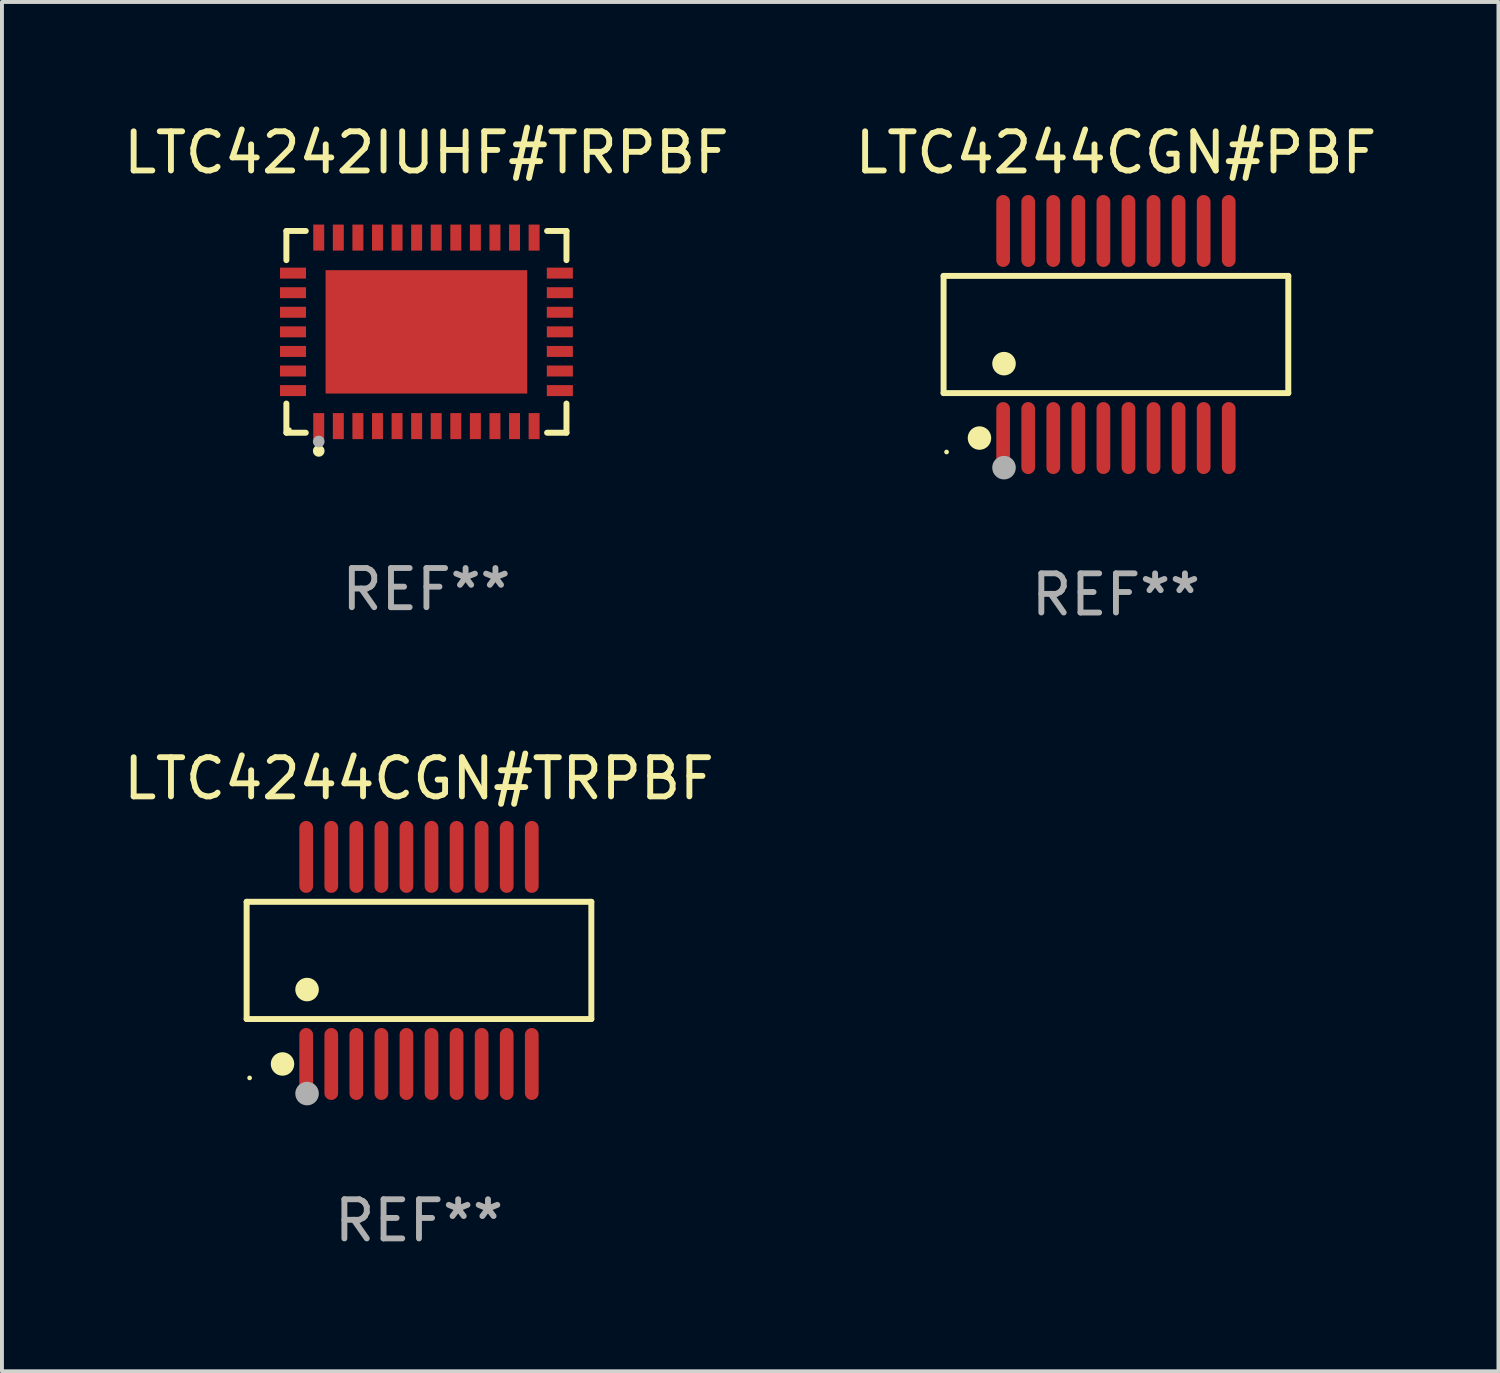
<source format=kicad_pcb>
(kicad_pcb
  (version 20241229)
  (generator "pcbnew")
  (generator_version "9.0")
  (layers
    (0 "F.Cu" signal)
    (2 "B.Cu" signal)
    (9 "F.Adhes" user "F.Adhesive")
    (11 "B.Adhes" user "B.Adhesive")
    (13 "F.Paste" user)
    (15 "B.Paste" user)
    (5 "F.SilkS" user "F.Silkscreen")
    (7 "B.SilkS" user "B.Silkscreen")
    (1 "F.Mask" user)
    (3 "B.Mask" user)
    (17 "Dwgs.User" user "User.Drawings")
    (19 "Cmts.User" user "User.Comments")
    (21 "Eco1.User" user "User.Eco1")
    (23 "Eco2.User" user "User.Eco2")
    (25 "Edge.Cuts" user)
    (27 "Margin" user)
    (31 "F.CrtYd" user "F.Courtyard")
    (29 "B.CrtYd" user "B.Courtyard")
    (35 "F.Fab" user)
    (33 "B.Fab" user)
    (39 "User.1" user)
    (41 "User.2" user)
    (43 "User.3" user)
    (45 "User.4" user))
  (footprint "LTC4242IUHF#TRPBF"
    (layer "F.Cu")
    (at 7.839 5.424)
    (property "Reference" "LTC4242IUHF#TRPBF" (at 0 -4.576 0) (layer "F.SilkS") (effects (font (size 1 1) (thickness 0.15))))
    (attr through_hole)
    (fp_line (start -3.576 -2.576) (end -3.081 -2.576) (stroke (width 0.152) (type solid)) (layer "F.SilkS"))
    (fp_line (start -3.576 -1.831) (end -3.576 -2.576) (stroke (width 0.152) (type solid)) (layer "F.SilkS"))
    (fp_line (start -3.576 1.831) (end -3.576 2.576) (stroke (width 0.152) (type solid)) (layer "F.SilkS"))
    (fp_line (start -3.576 2.576) (end -3.081 2.576) (stroke (width 0.152) (type solid)) (layer "F.SilkS"))
    (fp_line (start 3.576 -2.576) (end 3.081 -2.576) (stroke (width 0.152) (type solid)) (layer "F.SilkS"))
    (fp_line (start 3.576 -1.831) (end 3.576 -2.576) (stroke (width 0.152) (type solid)) (layer "F.SilkS"))
    (fp_line (start 3.576 1.831) (end 3.576 2.576) (stroke (width 0.152) (type solid)) (layer "F.SilkS"))
    (fp_line (start 3.576 2.576) (end 3.081 2.576) (stroke (width 0.152) (type solid)) (layer "F.SilkS"))
    (fp_circle (center -3.5 2.5) (end -3.47 2.5) (stroke (width 0.06) (type solid)) (fill no) (layer "F.SilkS"))
    (fp_circle (center -2.75 3.04) (end -2.675 3.04) (stroke (width 0.15) (type solid)) (fill no) (layer "F.SilkS"))
    (fp_circle (center -2.75 2.8) (end -2.675 2.8) (stroke (width 0.15) (type solid)) (fill no) (layer "F.Fab"))
    (fp_text user "REF**" (at 0 6.576 0) (layer "F.Fab") (effects (font (size 1 1) (thickness 0.15))))
    (pad "1" smd rect (at -2.75 2.407) (size 0.28 0.665) (layers "F.Cu" "F.Mask" "F.Paste"))
    (pad "2" smd rect (at -2.25 2.407) (size 0.28 0.665) (layers "F.Cu" "F.Mask" "F.Paste"))
    (pad "3" smd rect (at -1.75 2.407) (size 0.28 0.665) (layers "F.Cu" "F.Mask" "F.Paste"))
    (pad "4" smd rect (at -1.25 2.407) (size 0.28 0.665) (layers "F.Cu" "F.Mask" "F.Paste"))
    (pad "5" smd rect (at -0.75 2.407) (size 0.28 0.665) (layers "F.Cu" "F.Mask" "F.Paste"))
    (pad "6" smd rect (at -0.25 2.407) (size 0.28 0.665) (layers "F.Cu" "F.Mask" "F.Paste"))
    (pad "7" smd rect (at 0.25 2.407) (size 0.28 0.665) (layers "F.Cu" "F.Mask" "F.Paste"))
    (pad "8" smd rect (at 0.75 2.407) (size 0.28 0.665) (layers "F.Cu" "F.Mask" "F.Paste"))
    (pad "9" smd rect (at 1.25 2.407) (size 0.28 0.665) (layers "F.Cu" "F.Mask" "F.Paste"))
    (pad "10" smd rect (at 1.75 2.407) (size 0.28 0.665) (layers "F.Cu" "F.Mask" "F.Paste"))
    (pad "11" smd rect (at 2.25 2.407) (size 0.28 0.665) (layers "F.Cu" "F.Mask" "F.Paste"))
    (pad "12" smd rect (at 2.75 2.407) (size 0.28 0.665) (layers "F.Cu" "F.Mask" "F.Paste"))
    (pad "13" smd rect (at 3.407 1.5) (size 0.665 0.28) (layers "F.Cu" "F.Mask" "F.Paste"))
    (pad "14" smd rect (at 3.407 1) (size 0.665 0.28) (layers "F.Cu" "F.Mask" "F.Paste"))
    (pad "15" smd rect (at 3.407 0.5) (size 0.665 0.28) (layers "F.Cu" "F.Mask" "F.Paste"))
    (pad "16" smd rect (at 3.407 0) (size 0.665 0.28) (layers "F.Cu" "F.Mask" "F.Paste"))
    (pad "17" smd rect (at 3.407 -0.5) (size 0.665 0.28) (layers "F.Cu" "F.Mask" "F.Paste"))
    (pad "18" smd rect (at 3.407 -1) (size 0.665 0.28) (layers "F.Cu" "F.Mask" "F.Paste"))
    (pad "19" smd rect (at 3.407 -1.5) (size 0.665 0.28) (layers "F.Cu" "F.Mask" "F.Paste"))
    (pad "20" smd rect (at 2.75 -2.407) (size 0.28 0.665) (layers "F.Cu" "F.Mask" "F.Paste"))
    (pad "21" smd rect (at 2.25 -2.407) (size 0.28 0.665) (layers "F.Cu" "F.Mask" "F.Paste"))
    (pad "22" smd rect (at 1.75 -2.407) (size 0.28 0.665) (layers "F.Cu" "F.Mask" "F.Paste"))
    (pad "23" smd rect (at 1.25 -2.407) (size 0.28 0.665) (layers "F.Cu" "F.Mask" "F.Paste"))
    (pad "24" smd rect (at 0.75 -2.407) (size 0.28 0.665) (layers "F.Cu" "F.Mask" "F.Paste"))
    (pad "25" smd rect (at 0.25 -2.407) (size 0.28 0.665) (layers "F.Cu" "F.Mask" "F.Paste"))
    (pad "26" smd rect (at -0.25 -2.407) (size 0.28 0.665) (layers "F.Cu" "F.Mask" "F.Paste"))
    (pad "27" smd rect (at -0.75 -2.407) (size 0.28 0.665) (layers "F.Cu" "F.Mask" "F.Paste"))
    (pad "28" smd rect (at -1.25 -2.407) (size 0.28 0.665) (layers "F.Cu" "F.Mask" "F.Paste"))
    (pad "29" smd rect (at -1.75 -2.407) (size 0.28 0.665) (layers "F.Cu" "F.Mask" "F.Paste"))
    (pad "30" smd rect (at -2.25 -2.407) (size 0.28 0.665) (layers "F.Cu" "F.Mask" "F.Paste"))
    (pad "31" smd rect (at -2.75 -2.407) (size 0.28 0.665) (layers "F.Cu" "F.Mask" "F.Paste"))
    (pad "32" smd rect (at -3.407 -1.5) (size 0.665 0.28) (layers "F.Cu" "F.Mask" "F.Paste"))
    (pad "33" smd rect (at -3.407 -1) (size 0.665 0.28) (layers "F.Cu" "F.Mask" "F.Paste"))
    (pad "34" smd rect (at -3.407 -0.5) (size 0.665 0.28) (layers "F.Cu" "F.Mask" "F.Paste"))
    (pad "35" smd rect (at -3.407 0) (size 0.665 0.28) (layers "F.Cu" "F.Mask" "F.Paste"))
    (pad "36" smd rect (at -3.407 0.5) (size 0.665 0.28) (layers "F.Cu" "F.Mask" "F.Paste"))
    (pad "37" smd rect (at -3.407 1) (size 0.665 0.28) (layers "F.Cu" "F.Mask" "F.Paste"))
    (pad "38" smd rect (at -3.407 1.5) (size 0.665 0.28) (layers "F.Cu" "F.Mask" "F.Paste"))
    (pad "39" smd rect (at 0 0) (size 5.15 3.15) (layers "F.Cu" "F.Mask" "F.Paste")))
  (footprint "LTC4244CGN#TRPBF"
    (layer "F.Cu")
    (at 7.649 21.475)
    (property "Reference" "LTC4244CGN#TRPBF" (at 0 -4.644 0) (layer "F.SilkS") (effects (font (size 1 1) (thickness 0.15))))
    (attr through_hole)
    (fp_line (start -4.401 -1.497) (end 4.401 -1.497) (stroke (width 0.152) (type solid)) (layer "F.SilkS"))
    (fp_line (start -4.401 1.496) (end -4.401 -1.497) (stroke (width 0.152) (type solid)) (layer "F.SilkS"))
    (fp_line (start 4.401 -1.497) (end 4.401 1.496) (stroke (width 0.152) (type solid)) (layer "F.SilkS"))
    (fp_line (start 4.401 1.496) (end -4.401 1.496) (stroke (width 0.152) (type solid)) (layer "F.SilkS"))
    (fp_circle (center -4.325 3) (end -4.295 3) (stroke (width 0.06) (type solid)) (fill no) (layer "F.SilkS"))
    (fp_circle (center -3.485 2.644) (end -3.335 2.644) (stroke (width 0.3) (type solid)) (fill no) (layer "F.SilkS"))
    (fp_circle (center -2.858 0.744) (end -2.707 0.744) (stroke (width 0.3) (type solid)) (fill no) (layer "F.SilkS"))
    (fp_circle (center -2.858 3.4) (end -2.707 3.4) (stroke (width 0.3) (type solid)) (fill no) (layer "F.Fab"))
    (fp_text user "REF**" (at 0 6.644 0) (layer "F.Fab") (effects (font (size 1 1) (thickness 0.15))))
    (pad "1" smd oval (at -2.88 2.644) (size 0.35 1.837) (layers "F.Cu" "F.Mask" "F.Paste"))
    (pad "2" smd oval (at -2.24 2.644) (size 0.35 1.837) (layers "F.Cu" "F.Mask" "F.Paste"))
    (pad "3" smd oval (at -1.6 2.644) (size 0.35 1.837) (layers "F.Cu" "F.Mask" "F.Paste"))
    (pad "4" smd oval (at -0.96 2.644) (size 0.35 1.837) (layers "F.Cu" "F.Mask" "F.Paste"))
    (pad "5" smd oval (at -0.32 2.644) (size 0.35 1.837) (layers "F.Cu" "F.Mask" "F.Paste"))
    (pad "6" smd oval (at 0.32 2.644) (size 0.35 1.837) (layers "F.Cu" "F.Mask" "F.Paste"))
    (pad "7" smd oval (at 0.96 2.644) (size 0.35 1.837) (layers "F.Cu" "F.Mask" "F.Paste"))
    (pad "8" smd oval (at 1.6 2.644) (size 0.35 1.837) (layers "F.Cu" "F.Mask" "F.Paste"))
    (pad "9" smd oval (at 2.24 2.644) (size 0.35 1.837) (layers "F.Cu" "F.Mask" "F.Paste"))
    (pad "10" smd oval (at 2.88 2.644) (size 0.35 1.837) (layers "F.Cu" "F.Mask" "F.Paste"))
    (pad "11" smd oval (at 2.88 -2.644 180) (size 0.35 1.837) (layers "F.Cu" "F.Mask" "F.Paste"))
    (pad "12" smd oval (at 2.24 -2.644 180) (size 0.35 1.837) (layers "F.Cu" "F.Mask" "F.Paste"))
    (pad "13" smd oval (at 1.6 -2.644 180) (size 0.35 1.837) (layers "F.Cu" "F.Mask" "F.Paste"))
    (pad "14" smd oval (at 0.96 -2.644 180) (size 0.35 1.837) (layers "F.Cu" "F.Mask" "F.Paste"))
    (pad "15" smd oval (at 0.32 -2.644 180) (size 0.35 1.837) (layers "F.Cu" "F.Mask" "F.Paste"))
    (pad "16" smd oval (at -0.32 -2.644 180) (size 0.35 1.837) (layers "F.Cu" "F.Mask" "F.Paste"))
    (pad "17" smd oval (at -0.96 -2.644 180) (size 0.35 1.837) (layers "F.Cu" "F.Mask" "F.Paste"))
    (pad "18" smd oval (at -1.6 -2.644 180) (size 0.35 1.837) (layers "F.Cu" "F.Mask" "F.Paste"))
    (pad "19" smd oval (at -2.24 -2.644 180) (size 0.35 1.837) (layers "F.Cu" "F.Mask" "F.Paste"))
    (pad "20" smd oval (at -2.88 -2.644 180) (size 0.35 1.837) (layers "F.Cu" "F.Mask" "F.Paste")))
  (footprint "LTC4244CGN#PBF"
    (layer "F.Cu")
    (at 25.446 5.492)
    (property "Reference" "LTC4244CGN#PBF" (at 0 -4.644 0) (layer "F.SilkS") (effects (font (size 1 1) (thickness 0.15))))
    (attr through_hole)
    (fp_line (start -4.401 -1.497) (end 4.401 -1.497) (stroke (width 0.152) (type solid)) (layer "F.SilkS"))
    (fp_line (start -4.401 1.496) (end -4.401 -1.497) (stroke (width 0.152) (type solid)) (layer "F.SilkS"))
    (fp_line (start 4.401 -1.497) (end 4.401 1.496) (stroke (width 0.152) (type solid)) (layer "F.SilkS"))
    (fp_line (start 4.401 1.496) (end -4.401 1.496) (stroke (width 0.152) (type solid)) (layer "F.SilkS"))
    (fp_circle (center -4.325 3) (end -4.295 3) (stroke (width 0.06) (type solid)) (fill no) (layer "F.SilkS"))
    (fp_circle (center -3.485 2.644) (end -3.335 2.644) (stroke (width 0.3) (type solid)) (fill no) (layer "F.SilkS"))
    (fp_circle (center -2.858 0.744) (end -2.707 0.744) (stroke (width 0.3) (type solid)) (fill no) (layer "F.SilkS"))
    (fp_circle (center -2.858 3.4) (end -2.707 3.4) (stroke (width 0.3) (type solid)) (fill no) (layer "F.Fab"))
    (fp_text user "REF**" (at 0 6.644 0) (layer "F.Fab") (effects (font (size 1 1) (thickness 0.15))))
    (pad "1" smd oval (at -2.88 2.644) (size 0.35 1.837) (layers "F.Cu" "F.Mask" "F.Paste"))
    (pad "2" smd oval (at -2.24 2.644) (size 0.35 1.837) (layers "F.Cu" "F.Mask" "F.Paste"))
    (pad "3" smd oval (at -1.6 2.644) (size 0.35 1.837) (layers "F.Cu" "F.Mask" "F.Paste"))
    (pad "4" smd oval (at -0.96 2.644) (size 0.35 1.837) (layers "F.Cu" "F.Mask" "F.Paste"))
    (pad "5" smd oval (at -0.32 2.644) (size 0.35 1.837) (layers "F.Cu" "F.Mask" "F.Paste"))
    (pad "6" smd oval (at 0.32 2.644) (size 0.35 1.837) (layers "F.Cu" "F.Mask" "F.Paste"))
    (pad "7" smd oval (at 0.96 2.644) (size 0.35 1.837) (layers "F.Cu" "F.Mask" "F.Paste"))
    (pad "8" smd oval (at 1.6 2.644) (size 0.35 1.837) (layers "F.Cu" "F.Mask" "F.Paste"))
    (pad "9" smd oval (at 2.24 2.644) (size 0.35 1.837) (layers "F.Cu" "F.Mask" "F.Paste"))
    (pad "10" smd oval (at 2.88 2.644) (size 0.35 1.837) (layers "F.Cu" "F.Mask" "F.Paste"))
    (pad "11" smd oval (at 2.88 -2.644 180) (size 0.35 1.837) (layers "F.Cu" "F.Mask" "F.Paste"))
    (pad "12" smd oval (at 2.24 -2.644 180) (size 0.35 1.837) (layers "F.Cu" "F.Mask" "F.Paste"))
    (pad "13" smd oval (at 1.6 -2.644 180) (size 0.35 1.837) (layers "F.Cu" "F.Mask" "F.Paste"))
    (pad "14" smd oval (at 0.96 -2.644 180) (size 0.35 1.837) (layers "F.Cu" "F.Mask" "F.Paste"))
    (pad "15" smd oval (at 0.32 -2.644 180) (size 0.35 1.837) (layers "F.Cu" "F.Mask" "F.Paste"))
    (pad "16" smd oval (at -0.32 -2.644 180) (size 0.35 1.837) (layers "F.Cu" "F.Mask" "F.Paste"))
    (pad "17" smd oval (at -0.96 -2.644 180) (size 0.35 1.837) (layers "F.Cu" "F.Mask" "F.Paste"))
    (pad "18" smd oval (at -1.6 -2.644 180) (size 0.35 1.837) (layers "F.Cu" "F.Mask" "F.Paste"))
    (pad "19" smd oval (at -2.24 -2.644 180) (size 0.35 1.837) (layers "F.Cu" "F.Mask" "F.Paste"))
    (pad "20" smd oval (at -2.88 -2.644 180) (size 0.35 1.837) (layers "F.Cu" "F.Mask" "F.Paste")))
  (gr_rect
    (start -3 -3)
    (end 35.214 31.967)
    (stroke (width 0.1) (type default))
    (fill no)
    (layer "Edge.Cuts")))
</source>
